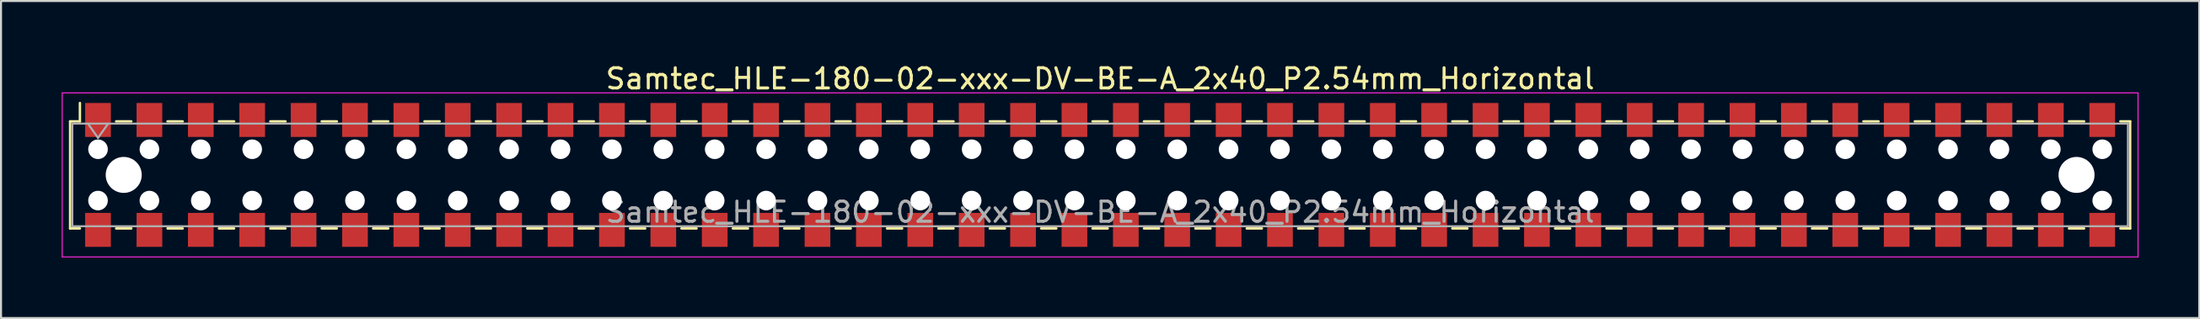
<source format=kicad_pcb>
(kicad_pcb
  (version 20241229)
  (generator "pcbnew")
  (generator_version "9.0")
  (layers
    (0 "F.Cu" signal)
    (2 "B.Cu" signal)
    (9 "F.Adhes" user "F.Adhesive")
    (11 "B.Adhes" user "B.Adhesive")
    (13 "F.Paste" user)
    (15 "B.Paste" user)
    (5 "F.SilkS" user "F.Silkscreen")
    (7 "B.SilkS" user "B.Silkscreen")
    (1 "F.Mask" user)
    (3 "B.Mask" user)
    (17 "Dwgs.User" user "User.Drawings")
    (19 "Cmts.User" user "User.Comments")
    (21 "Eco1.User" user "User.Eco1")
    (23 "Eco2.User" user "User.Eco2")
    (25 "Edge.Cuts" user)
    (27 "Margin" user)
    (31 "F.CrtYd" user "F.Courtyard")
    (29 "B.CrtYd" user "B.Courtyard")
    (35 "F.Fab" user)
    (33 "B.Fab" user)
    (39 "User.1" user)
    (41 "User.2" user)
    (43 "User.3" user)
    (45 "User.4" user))
  (footprint "Samtec_HLE-180-02-xxx-DV-BE-A_2x40_P2.54mm_Horizontal"
    (layer "F.Cu")
    (at 51.325 5.608)
    (property "Reference" "Samtec_HLE-180-02-xxx-DV-BE-A_2x40_P2.54mm_Horizontal" (at 0 -4.76 0) (layer "F.SilkS") (effects (font (size 1 1) (thickness 0.15))))
    (attr smd)
    (fp_line (start -50.91 -2.65) (end -50.91 2.65) (stroke (width 0.12) (type solid)) (layer "F.SilkS"))
    (fp_line (start -50.91 2.65) (end -50.425 2.65) (stroke (width 0.12) (type solid)) (layer "F.SilkS"))
    (fp_line (start -50.425 -3.56) (end -50.425 -2.65) (stroke (width 0.12) (type solid)) (layer "F.SilkS"))
    (fp_line (start -50.425 -2.65) (end -50.91 -2.65) (stroke (width 0.12) (type solid)) (layer "F.SilkS"))
    (fp_line (start -48.635 -2.65) (end -47.885 -2.65) (stroke (width 0.12) (type solid)) (layer "F.SilkS"))
    (fp_line (start -48.635 2.65) (end -47.885 2.65) (stroke (width 0.12) (type solid)) (layer "F.SilkS"))
    (fp_line (start -46.095 -2.65) (end -45.345 -2.65) (stroke (width 0.12) (type solid)) (layer "F.SilkS"))
    (fp_line (start -46.095 2.65) (end -45.345 2.65) (stroke (width 0.12) (type solid)) (layer "F.SilkS"))
    (fp_line (start -43.555 -2.65) (end -42.805 -2.65) (stroke (width 0.12) (type solid)) (layer "F.SilkS"))
    (fp_line (start -43.555 2.65) (end -42.805 2.65) (stroke (width 0.12) (type solid)) (layer "F.SilkS"))
    (fp_line (start -41.015 -2.65) (end -40.265 -2.65) (stroke (width 0.12) (type solid)) (layer "F.SilkS"))
    (fp_line (start -41.015 2.65) (end -40.265 2.65) (stroke (width 0.12) (type solid)) (layer "F.SilkS"))
    (fp_line (start -38.475 -2.65) (end -37.725 -2.65) (stroke (width 0.12) (type solid)) (layer "F.SilkS"))
    (fp_line (start -38.475 2.65) (end -37.725 2.65) (stroke (width 0.12) (type solid)) (layer "F.SilkS"))
    (fp_line (start -35.935 -2.65) (end -35.185 -2.65) (stroke (width 0.12) (type solid)) (layer "F.SilkS"))
    (fp_line (start -35.935 2.65) (end -35.185 2.65) (stroke (width 0.12) (type solid)) (layer "F.SilkS"))
    (fp_line (start -33.395 -2.65) (end -32.645 -2.65) (stroke (width 0.12) (type solid)) (layer "F.SilkS"))
    (fp_line (start -33.395 2.65) (end -32.645 2.65) (stroke (width 0.12) (type solid)) (layer "F.SilkS"))
    (fp_line (start -30.855 -2.65) (end -30.105 -2.65) (stroke (width 0.12) (type solid)) (layer "F.SilkS"))
    (fp_line (start -30.855 2.65) (end -30.105 2.65) (stroke (width 0.12) (type solid)) (layer "F.SilkS"))
    (fp_line (start -28.315 -2.65) (end -27.565 -2.65) (stroke (width 0.12) (type solid)) (layer "F.SilkS"))
    (fp_line (start -28.315 2.65) (end -27.565 2.65) (stroke (width 0.12) (type solid)) (layer "F.SilkS"))
    (fp_line (start -25.775 -2.65) (end -25.025 -2.65) (stroke (width 0.12) (type solid)) (layer "F.SilkS"))
    (fp_line (start -25.775 2.65) (end -25.025 2.65) (stroke (width 0.12) (type solid)) (layer "F.SilkS"))
    (fp_line (start -23.235 -2.65) (end -22.485 -2.65) (stroke (width 0.12) (type solid)) (layer "F.SilkS"))
    (fp_line (start -23.235 2.65) (end -22.485 2.65) (stroke (width 0.12) (type solid)) (layer "F.SilkS"))
    (fp_line (start -20.695 -2.65) (end -19.945 -2.65) (stroke (width 0.12) (type solid)) (layer "F.SilkS"))
    (fp_line (start -20.695 2.65) (end -19.945 2.65) (stroke (width 0.12) (type solid)) (layer "F.SilkS"))
    (fp_line (start -18.155 -2.65) (end -17.405 -2.65) (stroke (width 0.12) (type solid)) (layer "F.SilkS"))
    (fp_line (start -18.155 2.65) (end -17.405 2.65) (stroke (width 0.12) (type solid)) (layer "F.SilkS"))
    (fp_line (start -15.615 -2.65) (end -14.865 -2.65) (stroke (width 0.12) (type solid)) (layer "F.SilkS"))
    (fp_line (start -15.615 2.65) (end -14.865 2.65) (stroke (width 0.12) (type solid)) (layer "F.SilkS"))
    (fp_line (start -13.075 -2.65) (end -12.325 -2.65) (stroke (width 0.12) (type solid)) (layer "F.SilkS"))
    (fp_line (start -13.075 2.65) (end -12.325 2.65) (stroke (width 0.12) (type solid)) (layer "F.SilkS"))
    (fp_line (start -10.535 -2.65) (end -9.785 -2.65) (stroke (width 0.12) (type solid)) (layer "F.SilkS"))
    (fp_line (start -10.535 2.65) (end -9.785 2.65) (stroke (width 0.12) (type solid)) (layer "F.SilkS"))
    (fp_line (start -7.995 -2.65) (end -7.245 -2.65) (stroke (width 0.12) (type solid)) (layer "F.SilkS"))
    (fp_line (start -7.995 2.65) (end -7.245 2.65) (stroke (width 0.12) (type solid)) (layer "F.SilkS"))
    (fp_line (start -5.455 -2.65) (end -4.705 -2.65) (stroke (width 0.12) (type solid)) (layer "F.SilkS"))
    (fp_line (start -5.455 2.65) (end -4.705 2.65) (stroke (width 0.12) (type solid)) (layer "F.SilkS"))
    (fp_line (start -2.915 -2.65) (end -2.165 -2.65) (stroke (width 0.12) (type solid)) (layer "F.SilkS"))
    (fp_line (start -2.915 2.65) (end -2.165 2.65) (stroke (width 0.12) (type solid)) (layer "F.SilkS"))
    (fp_line (start -0.375 -2.65) (end 0.375 -2.65) (stroke (width 0.12) (type solid)) (layer "F.SilkS"))
    (fp_line (start -0.375 2.65) (end 0.375 2.65) (stroke (width 0.12) (type solid)) (layer "F.SilkS"))
    (fp_line (start 2.165 -2.65) (end 2.915 -2.65) (stroke (width 0.12) (type solid)) (layer "F.SilkS"))
    (fp_line (start 2.165 2.65) (end 2.915 2.65) (stroke (width 0.12) (type solid)) (layer "F.SilkS"))
    (fp_line (start 4.705 -2.65) (end 5.455 -2.65) (stroke (width 0.12) (type solid)) (layer "F.SilkS"))
    (fp_line (start 4.705 2.65) (end 5.455 2.65) (stroke (width 0.12) (type solid)) (layer "F.SilkS"))
    (fp_line (start 7.245 -2.65) (end 7.995 -2.65) (stroke (width 0.12) (type solid)) (layer "F.SilkS"))
    (fp_line (start 7.245 2.65) (end 7.995 2.65) (stroke (width 0.12) (type solid)) (layer "F.SilkS"))
    (fp_line (start 9.785 -2.65) (end 10.535 -2.65) (stroke (width 0.12) (type solid)) (layer "F.SilkS"))
    (fp_line (start 9.785 2.65) (end 10.535 2.65) (stroke (width 0.12) (type solid)) (layer "F.SilkS"))
    (fp_line (start 12.325 -2.65) (end 13.075 -2.65) (stroke (width 0.12) (type solid)) (layer "F.SilkS"))
    (fp_line (start 12.325 2.65) (end 13.075 2.65) (stroke (width 0.12) (type solid)) (layer "F.SilkS"))
    (fp_line (start 14.865 -2.65) (end 15.615 -2.65) (stroke (width 0.12) (type solid)) (layer "F.SilkS"))
    (fp_line (start 14.865 2.65) (end 15.615 2.65) (stroke (width 0.12) (type solid)) (layer "F.SilkS"))
    (fp_line (start 17.405 -2.65) (end 18.155 -2.65) (stroke (width 0.12) (type solid)) (layer "F.SilkS"))
    (fp_line (start 17.405 2.65) (end 18.155 2.65) (stroke (width 0.12) (type solid)) (layer "F.SilkS"))
    (fp_line (start 19.945 -2.65) (end 20.695 -2.65) (stroke (width 0.12) (type solid)) (layer "F.SilkS"))
    (fp_line (start 19.945 2.65) (end 20.695 2.65) (stroke (width 0.12) (type solid)) (layer "F.SilkS"))
    (fp_line (start 22.485 -2.65) (end 23.235 -2.65) (stroke (width 0.12) (type solid)) (layer "F.SilkS"))
    (fp_line (start 22.485 2.65) (end 23.235 2.65) (stroke (width 0.12) (type solid)) (layer "F.SilkS"))
    (fp_line (start 25.025 -2.65) (end 25.775 -2.65) (stroke (width 0.12) (type solid)) (layer "F.SilkS"))
    (fp_line (start 25.025 2.65) (end 25.775 2.65) (stroke (width 0.12) (type solid)) (layer "F.SilkS"))
    (fp_line (start 27.565 -2.65) (end 28.315 -2.65) (stroke (width 0.12) (type solid)) (layer "F.SilkS"))
    (fp_line (start 27.565 2.65) (end 28.315 2.65) (stroke (width 0.12) (type solid)) (layer "F.SilkS"))
    (fp_line (start 30.105 -2.65) (end 30.855 -2.65) (stroke (width 0.12) (type solid)) (layer "F.SilkS"))
    (fp_line (start 30.105 2.65) (end 30.855 2.65) (stroke (width 0.12) (type solid)) (layer "F.SilkS"))
    (fp_line (start 32.645 -2.65) (end 33.395 -2.65) (stroke (width 0.12) (type solid)) (layer "F.SilkS"))
    (fp_line (start 32.645 2.65) (end 33.395 2.65) (stroke (width 0.12) (type solid)) (layer "F.SilkS"))
    (fp_line (start 35.185 -2.65) (end 35.935 -2.65) (stroke (width 0.12) (type solid)) (layer "F.SilkS"))
    (fp_line (start 35.185 2.65) (end 35.935 2.65) (stroke (width 0.12) (type solid)) (layer "F.SilkS"))
    (fp_line (start 37.725 -2.65) (end 38.475 -2.65) (stroke (width 0.12) (type solid)) (layer "F.SilkS"))
    (fp_line (start 37.725 2.65) (end 38.475 2.65) (stroke (width 0.12) (type solid)) (layer "F.SilkS"))
    (fp_line (start 40.265 -2.65) (end 41.015 -2.65) (stroke (width 0.12) (type solid)) (layer "F.SilkS"))
    (fp_line (start 40.265 2.65) (end 41.015 2.65) (stroke (width 0.12) (type solid)) (layer "F.SilkS"))
    (fp_line (start 42.805 -2.65) (end 43.555 -2.65) (stroke (width 0.12) (type solid)) (layer "F.SilkS"))
    (fp_line (start 42.805 2.65) (end 43.555 2.65) (stroke (width 0.12) (type solid)) (layer "F.SilkS"))
    (fp_line (start 45.345 -2.65) (end 46.095 -2.65) (stroke (width 0.12) (type solid)) (layer "F.SilkS"))
    (fp_line (start 45.345 2.65) (end 46.095 2.65) (stroke (width 0.12) (type solid)) (layer "F.SilkS"))
    (fp_line (start 47.885 -2.65) (end 48.635 -2.65) (stroke (width 0.12) (type solid)) (layer "F.SilkS"))
    (fp_line (start 47.885 2.65) (end 48.635 2.65) (stroke (width 0.12) (type solid)) (layer "F.SilkS"))
    (fp_line (start 50.425 -2.65) (end 50.91 -2.65) (stroke (width 0.12) (type solid)) (layer "F.SilkS"))
    (fp_line (start 50.91 -2.65) (end 50.91 2.65) (stroke (width 0.12) (type solid)) (layer "F.SilkS"))
    (fp_line (start 50.91 2.65) (end 50.425 2.65) (stroke (width 0.12) (type solid)) (layer "F.SilkS"))
    (fp_line (start -51.3 -4.06) (end 51.3 -4.06) (stroke (width 0.05) (type solid)) (layer "F.CrtYd"))
    (fp_line (start -51.3 4.06) (end -51.3 -4.06) (stroke (width 0.05) (type solid)) (layer "F.CrtYd"))
    (fp_line (start 51.3 -4.06) (end 51.3 4.06) (stroke (width 0.05) (type solid)) (layer "F.CrtYd"))
    (fp_line (start 51.3 4.06) (end -51.3 4.06) (stroke (width 0.05) (type solid)) (layer "F.CrtYd"))
    (fp_line (start -50.8 -2.54) (end 50.8 -2.54) (stroke (width 0.1) (type solid)) (layer "F.Fab"))
    (fp_line (start -50.8 2.54) (end -50.8 -2.54) (stroke (width 0.1) (type solid)) (layer "F.Fab"))
    (fp_line (start -50.03 -2.54) (end -49.53 -1.833) (stroke (width 0.1) (type solid)) (layer "F.Fab"))
    (fp_line (start -49.53 -1.833) (end -49.03 -2.54) (stroke (width 0.1) (type solid)) (layer "F.Fab"))
    (fp_line (start 50.8 -2.54) (end 50.8 2.54) (stroke (width 0.1) (type solid)) (layer "F.Fab"))
    (fp_line (start 50.8 2.54) (end -50.8 2.54) (stroke (width 0.1) (type solid)) (layer "F.Fab"))
    (fp_text user "${REFERENCE}" (at 0 1.84 0) (layer "F.Fab") (effects (font (size 1 1) (thickness 0.15))))
    (pad "" np_thru_hole circle (at -49.53 -1.27) (size 0.97 0.97) (drill 0.97) (layers "*.Cu" "*.Mask"))
    (pad "" np_thru_hole circle (at -49.53 1.27) (size 0.97 0.97) (drill 0.97) (layers "*.Cu" "*.Mask"))
    (pad "" np_thru_hole circle (at -48.26 0) (size 1.78 1.78) (drill 1.78) (layers "*.Cu" "*.Mask"))
    (pad "" np_thru_hole circle (at -46.99 -1.27) (size 0.97 0.97) (drill 0.97) (layers "*.Cu" "*.Mask"))
    (pad "" np_thru_hole circle (at -46.99 1.27) (size 0.97 0.97) (drill 0.97) (layers "*.Cu" "*.Mask"))
    (pad "" np_thru_hole circle (at -44.45 -1.27) (size 0.97 0.97) (drill 0.97) (layers "*.Cu" "*.Mask"))
    (pad "" np_thru_hole circle (at -44.45 1.27) (size 0.97 0.97) (drill 0.97) (layers "*.Cu" "*.Mask"))
    (pad "" np_thru_hole circle (at -41.91 -1.27) (size 0.97 0.97) (drill 0.97) (layers "*.Cu" "*.Mask"))
    (pad "" np_thru_hole circle (at -41.91 1.27) (size 0.97 0.97) (drill 0.97) (layers "*.Cu" "*.Mask"))
    (pad "" np_thru_hole circle (at -39.37 -1.27) (size 0.97 0.97) (drill 0.97) (layers "*.Cu" "*.Mask"))
    (pad "" np_thru_hole circle (at -39.37 1.27) (size 0.97 0.97) (drill 0.97) (layers "*.Cu" "*.Mask"))
    (pad "" np_thru_hole circle (at -36.83 -1.27) (size 0.97 0.97) (drill 0.97) (layers "*.Cu" "*.Mask"))
    (pad "" np_thru_hole circle (at -36.83 1.27) (size 0.97 0.97) (drill 0.97) (layers "*.Cu" "*.Mask"))
    (pad "" np_thru_hole circle (at -34.29 -1.27) (size 0.97 0.97) (drill 0.97) (layers "*.Cu" "*.Mask"))
    (pad "" np_thru_hole circle (at -34.29 1.27) (size 0.97 0.97) (drill 0.97) (layers "*.Cu" "*.Mask"))
    (pad "" np_thru_hole circle (at -31.75 -1.27) (size 0.97 0.97) (drill 0.97) (layers "*.Cu" "*.Mask"))
    (pad "" np_thru_hole circle (at -31.75 1.27) (size 0.97 0.97) (drill 0.97) (layers "*.Cu" "*.Mask"))
    (pad "" np_thru_hole circle (at -29.21 -1.27) (size 0.97 0.97) (drill 0.97) (layers "*.Cu" "*.Mask"))
    (pad "" np_thru_hole circle (at -29.21 1.27) (size 0.97 0.97) (drill 0.97) (layers "*.Cu" "*.Mask"))
    (pad "" np_thru_hole circle (at -26.67 -1.27) (size 0.97 0.97) (drill 0.97) (layers "*.Cu" "*.Mask"))
    (pad "" np_thru_hole circle (at -26.67 1.27) (size 0.97 0.97) (drill 0.97) (layers "*.Cu" "*.Mask"))
    (pad "" np_thru_hole circle (at -24.13 -1.27) (size 0.97 0.97) (drill 0.97) (layers "*.Cu" "*.Mask"))
    (pad "" np_thru_hole circle (at -24.13 1.27) (size 0.97 0.97) (drill 0.97) (layers "*.Cu" "*.Mask"))
    (pad "" np_thru_hole circle (at -21.59 -1.27) (size 0.97 0.97) (drill 0.97) (layers "*.Cu" "*.Mask"))
    (pad "" np_thru_hole circle (at -21.59 1.27) (size 0.97 0.97) (drill 0.97) (layers "*.Cu" "*.Mask"))
    (pad "" np_thru_hole circle (at -19.05 -1.27) (size 0.97 0.97) (drill 0.97) (layers "*.Cu" "*.Mask"))
    (pad "" np_thru_hole circle (at -19.05 1.27) (size 0.97 0.97) (drill 0.97) (layers "*.Cu" "*.Mask"))
    (pad "" np_thru_hole circle (at -16.51 -1.27) (size 0.97 0.97) (drill 0.97) (layers "*.Cu" "*.Mask"))
    (pad "" np_thru_hole circle (at -16.51 1.27) (size 0.97 0.97) (drill 0.97) (layers "*.Cu" "*.Mask"))
    (pad "" np_thru_hole circle (at -13.97 -1.27) (size 0.97 0.97) (drill 0.97) (layers "*.Cu" "*.Mask"))
    (pad "" np_thru_hole circle (at -13.97 1.27) (size 0.97 0.97) (drill 0.97) (layers "*.Cu" "*.Mask"))
    (pad "" np_thru_hole circle (at -11.43 -1.27) (size 0.97 0.97) (drill 0.97) (layers "*.Cu" "*.Mask"))
    (pad "" np_thru_hole circle (at -11.43 1.27) (size 0.97 0.97) (drill 0.97) (layers "*.Cu" "*.Mask"))
    (pad "" np_thru_hole circle (at -8.89 -1.27) (size 0.97 0.97) (drill 0.97) (layers "*.Cu" "*.Mask"))
    (pad "" np_thru_hole circle (at -8.89 1.27) (size 0.97 0.97) (drill 0.97) (layers "*.Cu" "*.Mask"))
    (pad "" np_thru_hole circle (at -6.35 -1.27) (size 0.97 0.97) (drill 0.97) (layers "*.Cu" "*.Mask"))
    (pad "" np_thru_hole circle (at -6.35 1.27) (size 0.97 0.97) (drill 0.97) (layers "*.Cu" "*.Mask"))
    (pad "" np_thru_hole circle (at -3.81 -1.27) (size 0.97 0.97) (drill 0.97) (layers "*.Cu" "*.Mask"))
    (pad "" np_thru_hole circle (at -3.81 1.27) (size 0.97 0.97) (drill 0.97) (layers "*.Cu" "*.Mask"))
    (pad "" np_thru_hole circle (at -1.27 -1.27) (size 0.97 0.97) (drill 0.97) (layers "*.Cu" "*.Mask"))
    (pad "" np_thru_hole circle (at -1.27 1.27) (size 0.97 0.97) (drill 0.97) (layers "*.Cu" "*.Mask"))
    (pad "" np_thru_hole circle (at 1.27 -1.27) (size 0.97 0.97) (drill 0.97) (layers "*.Cu" "*.Mask"))
    (pad "" np_thru_hole circle (at 1.27 1.27) (size 0.97 0.97) (drill 0.97) (layers "*.Cu" "*.Mask"))
    (pad "" np_thru_hole circle (at 3.81 -1.27) (size 0.97 0.97) (drill 0.97) (layers "*.Cu" "*.Mask"))
    (pad "" np_thru_hole circle (at 3.81 1.27) (size 0.97 0.97) (drill 0.97) (layers "*.Cu" "*.Mask"))
    (pad "" np_thru_hole circle (at 6.35 -1.27) (size 0.97 0.97) (drill 0.97) (layers "*.Cu" "*.Mask"))
    (pad "" np_thru_hole circle (at 6.35 1.27) (size 0.97 0.97) (drill 0.97) (layers "*.Cu" "*.Mask"))
    (pad "" np_thru_hole circle (at 8.89 -1.27) (size 0.97 0.97) (drill 0.97) (layers "*.Cu" "*.Mask"))
    (pad "" np_thru_hole circle (at 8.89 1.27) (size 0.97 0.97) (drill 0.97) (layers "*.Cu" "*.Mask"))
    (pad "" np_thru_hole circle (at 11.43 -1.27) (size 0.97 0.97) (drill 0.97) (layers "*.Cu" "*.Mask"))
    (pad "" np_thru_hole circle (at 11.43 1.27) (size 0.97 0.97) (drill 0.97) (layers "*.Cu" "*.Mask"))
    (pad "" np_thru_hole circle (at 13.97 -1.27) (size 0.97 0.97) (drill 0.97) (layers "*.Cu" "*.Mask"))
    (pad "" np_thru_hole circle (at 13.97 1.27) (size 0.97 0.97) (drill 0.97) (layers "*.Cu" "*.Mask"))
    (pad "" np_thru_hole circle (at 16.51 -1.27) (size 0.97 0.97) (drill 0.97) (layers "*.Cu" "*.Mask"))
    (pad "" np_thru_hole circle (at 16.51 1.27) (size 0.97 0.97) (drill 0.97) (layers "*.Cu" "*.Mask"))
    (pad "" np_thru_hole circle (at 19.05 -1.27) (size 0.97 0.97) (drill 0.97) (layers "*.Cu" "*.Mask"))
    (pad "" np_thru_hole circle (at 19.05 1.27) (size 0.97 0.97) (drill 0.97) (layers "*.Cu" "*.Mask"))
    (pad "" np_thru_hole circle (at 21.59 -1.27) (size 0.97 0.97) (drill 0.97) (layers "*.Cu" "*.Mask"))
    (pad "" np_thru_hole circle (at 21.59 1.27) (size 0.97 0.97) (drill 0.97) (layers "*.Cu" "*.Mask"))
    (pad "" np_thru_hole circle (at 24.13 -1.27) (size 0.97 0.97) (drill 0.97) (layers "*.Cu" "*.Mask"))
    (pad "" np_thru_hole circle (at 24.13 1.27) (size 0.97 0.97) (drill 0.97) (layers "*.Cu" "*.Mask"))
    (pad "" np_thru_hole circle (at 26.67 -1.27) (size 0.97 0.97) (drill 0.97) (layers "*.Cu" "*.Mask"))
    (pad "" np_thru_hole circle (at 26.67 1.27) (size 0.97 0.97) (drill 0.97) (layers "*.Cu" "*.Mask"))
    (pad "" np_thru_hole circle (at 29.21 -1.27) (size 0.97 0.97) (drill 0.97) (layers "*.Cu" "*.Mask"))
    (pad "" np_thru_hole circle (at 29.21 1.27) (size 0.97 0.97) (drill 0.97) (layers "*.Cu" "*.Mask"))
    (pad "" np_thru_hole circle (at 31.75 -1.27) (size 0.97 0.97) (drill 0.97) (layers "*.Cu" "*.Mask"))
    (pad "" np_thru_hole circle (at 31.75 1.27) (size 0.97 0.97) (drill 0.97) (layers "*.Cu" "*.Mask"))
    (pad "" np_thru_hole circle (at 34.29 -1.27) (size 0.97 0.97) (drill 0.97) (layers "*.Cu" "*.Mask"))
    (pad "" np_thru_hole circle (at 34.29 1.27) (size 0.97 0.97) (drill 0.97) (layers "*.Cu" "*.Mask"))
    (pad "" np_thru_hole circle (at 36.83 -1.27) (size 0.97 0.97) (drill 0.97) (layers "*.Cu" "*.Mask"))
    (pad "" np_thru_hole circle (at 36.83 1.27) (size 0.97 0.97) (drill 0.97) (layers "*.Cu" "*.Mask"))
    (pad "" np_thru_hole circle (at 39.37 -1.27) (size 0.97 0.97) (drill 0.97) (layers "*.Cu" "*.Mask"))
    (pad "" np_thru_hole circle (at 39.37 1.27) (size 0.97 0.97) (drill 0.97) (layers "*.Cu" "*.Mask"))
    (pad "" np_thru_hole circle (at 41.91 -1.27) (size 0.97 0.97) (drill 0.97) (layers "*.Cu" "*.Mask"))
    (pad "" np_thru_hole circle (at 41.91 1.27) (size 0.97 0.97) (drill 0.97) (layers "*.Cu" "*.Mask"))
    (pad "" np_thru_hole circle (at 44.45 -1.27) (size 0.97 0.97) (drill 0.97) (layers "*.Cu" "*.Mask"))
    (pad "" np_thru_hole circle (at 44.45 1.27) (size 0.97 0.97) (drill 0.97) (layers "*.Cu" "*.Mask"))
    (pad "" np_thru_hole circle (at 46.99 -1.27) (size 0.97 0.97) (drill 0.97) (layers "*.Cu" "*.Mask"))
    (pad "" np_thru_hole circle (at 46.99 1.27) (size 0.97 0.97) (drill 0.97) (layers "*.Cu" "*.Mask"))
    (pad "" np_thru_hole circle (at 48.26 0) (size 1.78 1.78) (drill 1.78) (layers "*.Cu" "*.Mask"))
    (pad "" np_thru_hole circle (at 49.53 -1.27) (size 0.97 0.97) (drill 0.97) (layers "*.Cu" "*.Mask"))
    (pad "" np_thru_hole circle (at 49.53 1.27) (size 0.97 0.97) (drill 0.97) (layers "*.Cu" "*.Mask"))
    (pad "1" smd rect (at -49.53 -2.72) (size 1.27 1.68) (layers "F.Cu" "F.Mask" "F.Paste"))
    (pad "2" smd rect (at -49.53 2.72) (size 1.27 1.68) (layers "F.Cu" "F.Mask" "F.Paste"))
    (pad "3" smd rect (at -46.99 -2.72) (size 1.27 1.68) (layers "F.Cu" "F.Mask" "F.Paste"))
    (pad "4" smd rect (at -46.99 2.72) (size 1.27 1.68) (layers "F.Cu" "F.Mask" "F.Paste"))
    (pad "5" smd rect (at -44.45 -2.72) (size 1.27 1.68) (layers "F.Cu" "F.Mask" "F.Paste"))
    (pad "6" smd rect (at -44.45 2.72) (size 1.27 1.68) (layers "F.Cu" "F.Mask" "F.Paste"))
    (pad "7" smd rect (at -41.91 -2.72) (size 1.27 1.68) (layers "F.Cu" "F.Mask" "F.Paste"))
    (pad "8" smd rect (at -41.91 2.72) (size 1.27 1.68) (layers "F.Cu" "F.Mask" "F.Paste"))
    (pad "9" smd rect (at -39.37 -2.72) (size 1.27 1.68) (layers "F.Cu" "F.Mask" "F.Paste"))
    (pad "10" smd rect (at -39.37 2.72) (size 1.27 1.68) (layers "F.Cu" "F.Mask" "F.Paste"))
    (pad "11" smd rect (at -36.83 -2.72) (size 1.27 1.68) (layers "F.Cu" "F.Mask" "F.Paste"))
    (pad "12" smd rect (at -36.83 2.72) (size 1.27 1.68) (layers "F.Cu" "F.Mask" "F.Paste"))
    (pad "13" smd rect (at -34.29 -2.72) (size 1.27 1.68) (layers "F.Cu" "F.Mask" "F.Paste"))
    (pad "14" smd rect (at -34.29 2.72) (size 1.27 1.68) (layers "F.Cu" "F.Mask" "F.Paste"))
    (pad "15" smd rect (at -31.75 -2.72) (size 1.27 1.68) (layers "F.Cu" "F.Mask" "F.Paste"))
    (pad "16" smd rect (at -31.75 2.72) (size 1.27 1.68) (layers "F.Cu" "F.Mask" "F.Paste"))
    (pad "17" smd rect (at -29.21 -2.72) (size 1.27 1.68) (layers "F.Cu" "F.Mask" "F.Paste"))
    (pad "18" smd rect (at -29.21 2.72) (size 1.27 1.68) (layers "F.Cu" "F.Mask" "F.Paste"))
    (pad "19" smd rect (at -26.67 -2.72) (size 1.27 1.68) (layers "F.Cu" "F.Mask" "F.Paste"))
    (pad "20" smd rect (at -26.67 2.72) (size 1.27 1.68) (layers "F.Cu" "F.Mask" "F.Paste"))
    (pad "21" smd rect (at -24.13 -2.72) (size 1.27 1.68) (layers "F.Cu" "F.Mask" "F.Paste"))
    (pad "22" smd rect (at -24.13 2.72) (size 1.27 1.68) (layers "F.Cu" "F.Mask" "F.Paste"))
    (pad "23" smd rect (at -21.59 -2.72) (size 1.27 1.68) (layers "F.Cu" "F.Mask" "F.Paste"))
    (pad "24" smd rect (at -21.59 2.72) (size 1.27 1.68) (layers "F.Cu" "F.Mask" "F.Paste"))
    (pad "25" smd rect (at -19.05 -2.72) (size 1.27 1.68) (layers "F.Cu" "F.Mask" "F.Paste"))
    (pad "26" smd rect (at -19.05 2.72) (size 1.27 1.68) (layers "F.Cu" "F.Mask" "F.Paste"))
    (pad "27" smd rect (at -16.51 -2.72) (size 1.27 1.68) (layers "F.Cu" "F.Mask" "F.Paste"))
    (pad "28" smd rect (at -16.51 2.72) (size 1.27 1.68) (layers "F.Cu" "F.Mask" "F.Paste"))
    (pad "29" smd rect (at -13.97 -2.72) (size 1.27 1.68) (layers "F.Cu" "F.Mask" "F.Paste"))
    (pad "30" smd rect (at -13.97 2.72) (size 1.27 1.68) (layers "F.Cu" "F.Mask" "F.Paste"))
    (pad "31" smd rect (at -11.43 -2.72) (size 1.27 1.68) (layers "F.Cu" "F.Mask" "F.Paste"))
    (pad "32" smd rect (at -11.43 2.72) (size 1.27 1.68) (layers "F.Cu" "F.Mask" "F.Paste"))
    (pad "33" smd rect (at -8.89 -2.72) (size 1.27 1.68) (layers "F.Cu" "F.Mask" "F.Paste"))
    (pad "34" smd rect (at -8.89 2.72) (size 1.27 1.68) (layers "F.Cu" "F.Mask" "F.Paste"))
    (pad "35" smd rect (at -6.35 -2.72) (size 1.27 1.68) (layers "F.Cu" "F.Mask" "F.Paste"))
    (pad "36" smd rect (at -6.35 2.72) (size 1.27 1.68) (layers "F.Cu" "F.Mask" "F.Paste"))
    (pad "37" smd rect (at -3.81 -2.72) (size 1.27 1.68) (layers "F.Cu" "F.Mask" "F.Paste"))
    (pad "38" smd rect (at -3.81 2.72) (size 1.27 1.68) (layers "F.Cu" "F.Mask" "F.Paste"))
    (pad "39" smd rect (at -1.27 -2.72) (size 1.27 1.68) (layers "F.Cu" "F.Mask" "F.Paste"))
    (pad "40" smd rect (at -1.27 2.72) (size 1.27 1.68) (layers "F.Cu" "F.Mask" "F.Paste"))
    (pad "41" smd rect (at 1.27 -2.72) (size 1.27 1.68) (layers "F.Cu" "F.Mask" "F.Paste"))
    (pad "42" smd rect (at 1.27 2.72) (size 1.27 1.68) (layers "F.Cu" "F.Mask" "F.Paste"))
    (pad "43" smd rect (at 3.81 -2.72) (size 1.27 1.68) (layers "F.Cu" "F.Mask" "F.Paste"))
    (pad "44" smd rect (at 3.81 2.72) (size 1.27 1.68) (layers "F.Cu" "F.Mask" "F.Paste"))
    (pad "45" smd rect (at 6.35 -2.72) (size 1.27 1.68) (layers "F.Cu" "F.Mask" "F.Paste"))
    (pad "46" smd rect (at 6.35 2.72) (size 1.27 1.68) (layers "F.Cu" "F.Mask" "F.Paste"))
    (pad "47" smd rect (at 8.89 -2.72) (size 1.27 1.68) (layers "F.Cu" "F.Mask" "F.Paste"))
    (pad "48" smd rect (at 8.89 2.72) (size 1.27 1.68) (layers "F.Cu" "F.Mask" "F.Paste"))
    (pad "49" smd rect (at 11.43 -2.72) (size 1.27 1.68) (layers "F.Cu" "F.Mask" "F.Paste"))
    (pad "50" smd rect (at 11.43 2.72) (size 1.27 1.68) (layers "F.Cu" "F.Mask" "F.Paste"))
    (pad "51" smd rect (at 13.97 -2.72) (size 1.27 1.68) (layers "F.Cu" "F.Mask" "F.Paste"))
    (pad "52" smd rect (at 13.97 2.72) (size 1.27 1.68) (layers "F.Cu" "F.Mask" "F.Paste"))
    (pad "53" smd rect (at 16.51 -2.72) (size 1.27 1.68) (layers "F.Cu" "F.Mask" "F.Paste"))
    (pad "54" smd rect (at 16.51 2.72) (size 1.27 1.68) (layers "F.Cu" "F.Mask" "F.Paste"))
    (pad "55" smd rect (at 19.05 -2.72) (size 1.27 1.68) (layers "F.Cu" "F.Mask" "F.Paste"))
    (pad "56" smd rect (at 19.05 2.72) (size 1.27 1.68) (layers "F.Cu" "F.Mask" "F.Paste"))
    (pad "57" smd rect (at 21.59 -2.72) (size 1.27 1.68) (layers "F.Cu" "F.Mask" "F.Paste"))
    (pad "58" smd rect (at 21.59 2.72) (size 1.27 1.68) (layers "F.Cu" "F.Mask" "F.Paste"))
    (pad "59" smd rect (at 24.13 -2.72) (size 1.27 1.68) (layers "F.Cu" "F.Mask" "F.Paste"))
    (pad "60" smd rect (at 24.13 2.72) (size 1.27 1.68) (layers "F.Cu" "F.Mask" "F.Paste"))
    (pad "61" smd rect (at 26.67 -2.72) (size 1.27 1.68) (layers "F.Cu" "F.Mask" "F.Paste"))
    (pad "62" smd rect (at 26.67 2.72) (size 1.27 1.68) (layers "F.Cu" "F.Mask" "F.Paste"))
    (pad "63" smd rect (at 29.21 -2.72) (size 1.27 1.68) (layers "F.Cu" "F.Mask" "F.Paste"))
    (pad "64" smd rect (at 29.21 2.72) (size 1.27 1.68) (layers "F.Cu" "F.Mask" "F.Paste"))
    (pad "65" smd rect (at 31.75 -2.72) (size 1.27 1.68) (layers "F.Cu" "F.Mask" "F.Paste"))
    (pad "66" smd rect (at 31.75 2.72) (size 1.27 1.68) (layers "F.Cu" "F.Mask" "F.Paste"))
    (pad "67" smd rect (at 34.29 -2.72) (size 1.27 1.68) (layers "F.Cu" "F.Mask" "F.Paste"))
    (pad "68" smd rect (at 34.29 2.72) (size 1.27 1.68) (layers "F.Cu" "F.Mask" "F.Paste"))
    (pad "69" smd rect (at 36.83 -2.72) (size 1.27 1.68) (layers "F.Cu" "F.Mask" "F.Paste"))
    (pad "70" smd rect (at 36.83 2.72) (size 1.27 1.68) (layers "F.Cu" "F.Mask" "F.Paste"))
    (pad "71" smd rect (at 39.37 -2.72) (size 1.27 1.68) (layers "F.Cu" "F.Mask" "F.Paste"))
    (pad "72" smd rect (at 39.37 2.72) (size 1.27 1.68) (layers "F.Cu" "F.Mask" "F.Paste"))
    (pad "73" smd rect (at 41.91 -2.72) (size 1.27 1.68) (layers "F.Cu" "F.Mask" "F.Paste"))
    (pad "74" smd rect (at 41.91 2.72) (size 1.27 1.68) (layers "F.Cu" "F.Mask" "F.Paste"))
    (pad "75" smd rect (at 44.45 -2.72) (size 1.27 1.68) (layers "F.Cu" "F.Mask" "F.Paste"))
    (pad "76" smd rect (at 44.45 2.72) (size 1.27 1.68) (layers "F.Cu" "F.Mask" "F.Paste"))
    (pad "77" smd rect (at 46.99 -2.72) (size 1.27 1.68) (layers "F.Cu" "F.Mask" "F.Paste"))
    (pad "78" smd rect (at 46.99 2.72) (size 1.27 1.68) (layers "F.Cu" "F.Mask" "F.Paste"))
    (pad "79" smd rect (at 49.53 -2.72) (size 1.27 1.68) (layers "F.Cu" "F.Mask" "F.Paste"))
    (pad "80" smd rect (at 49.53 2.72) (size 1.27 1.68) (layers "F.Cu" "F.Mask" "F.Paste")))
  (gr_rect
    (start -3 -3)
    (end 105.65 12.693)
    (stroke (width 0.1) (type default))
    (fill no)
    (layer "Edge.Cuts")))
</source>
